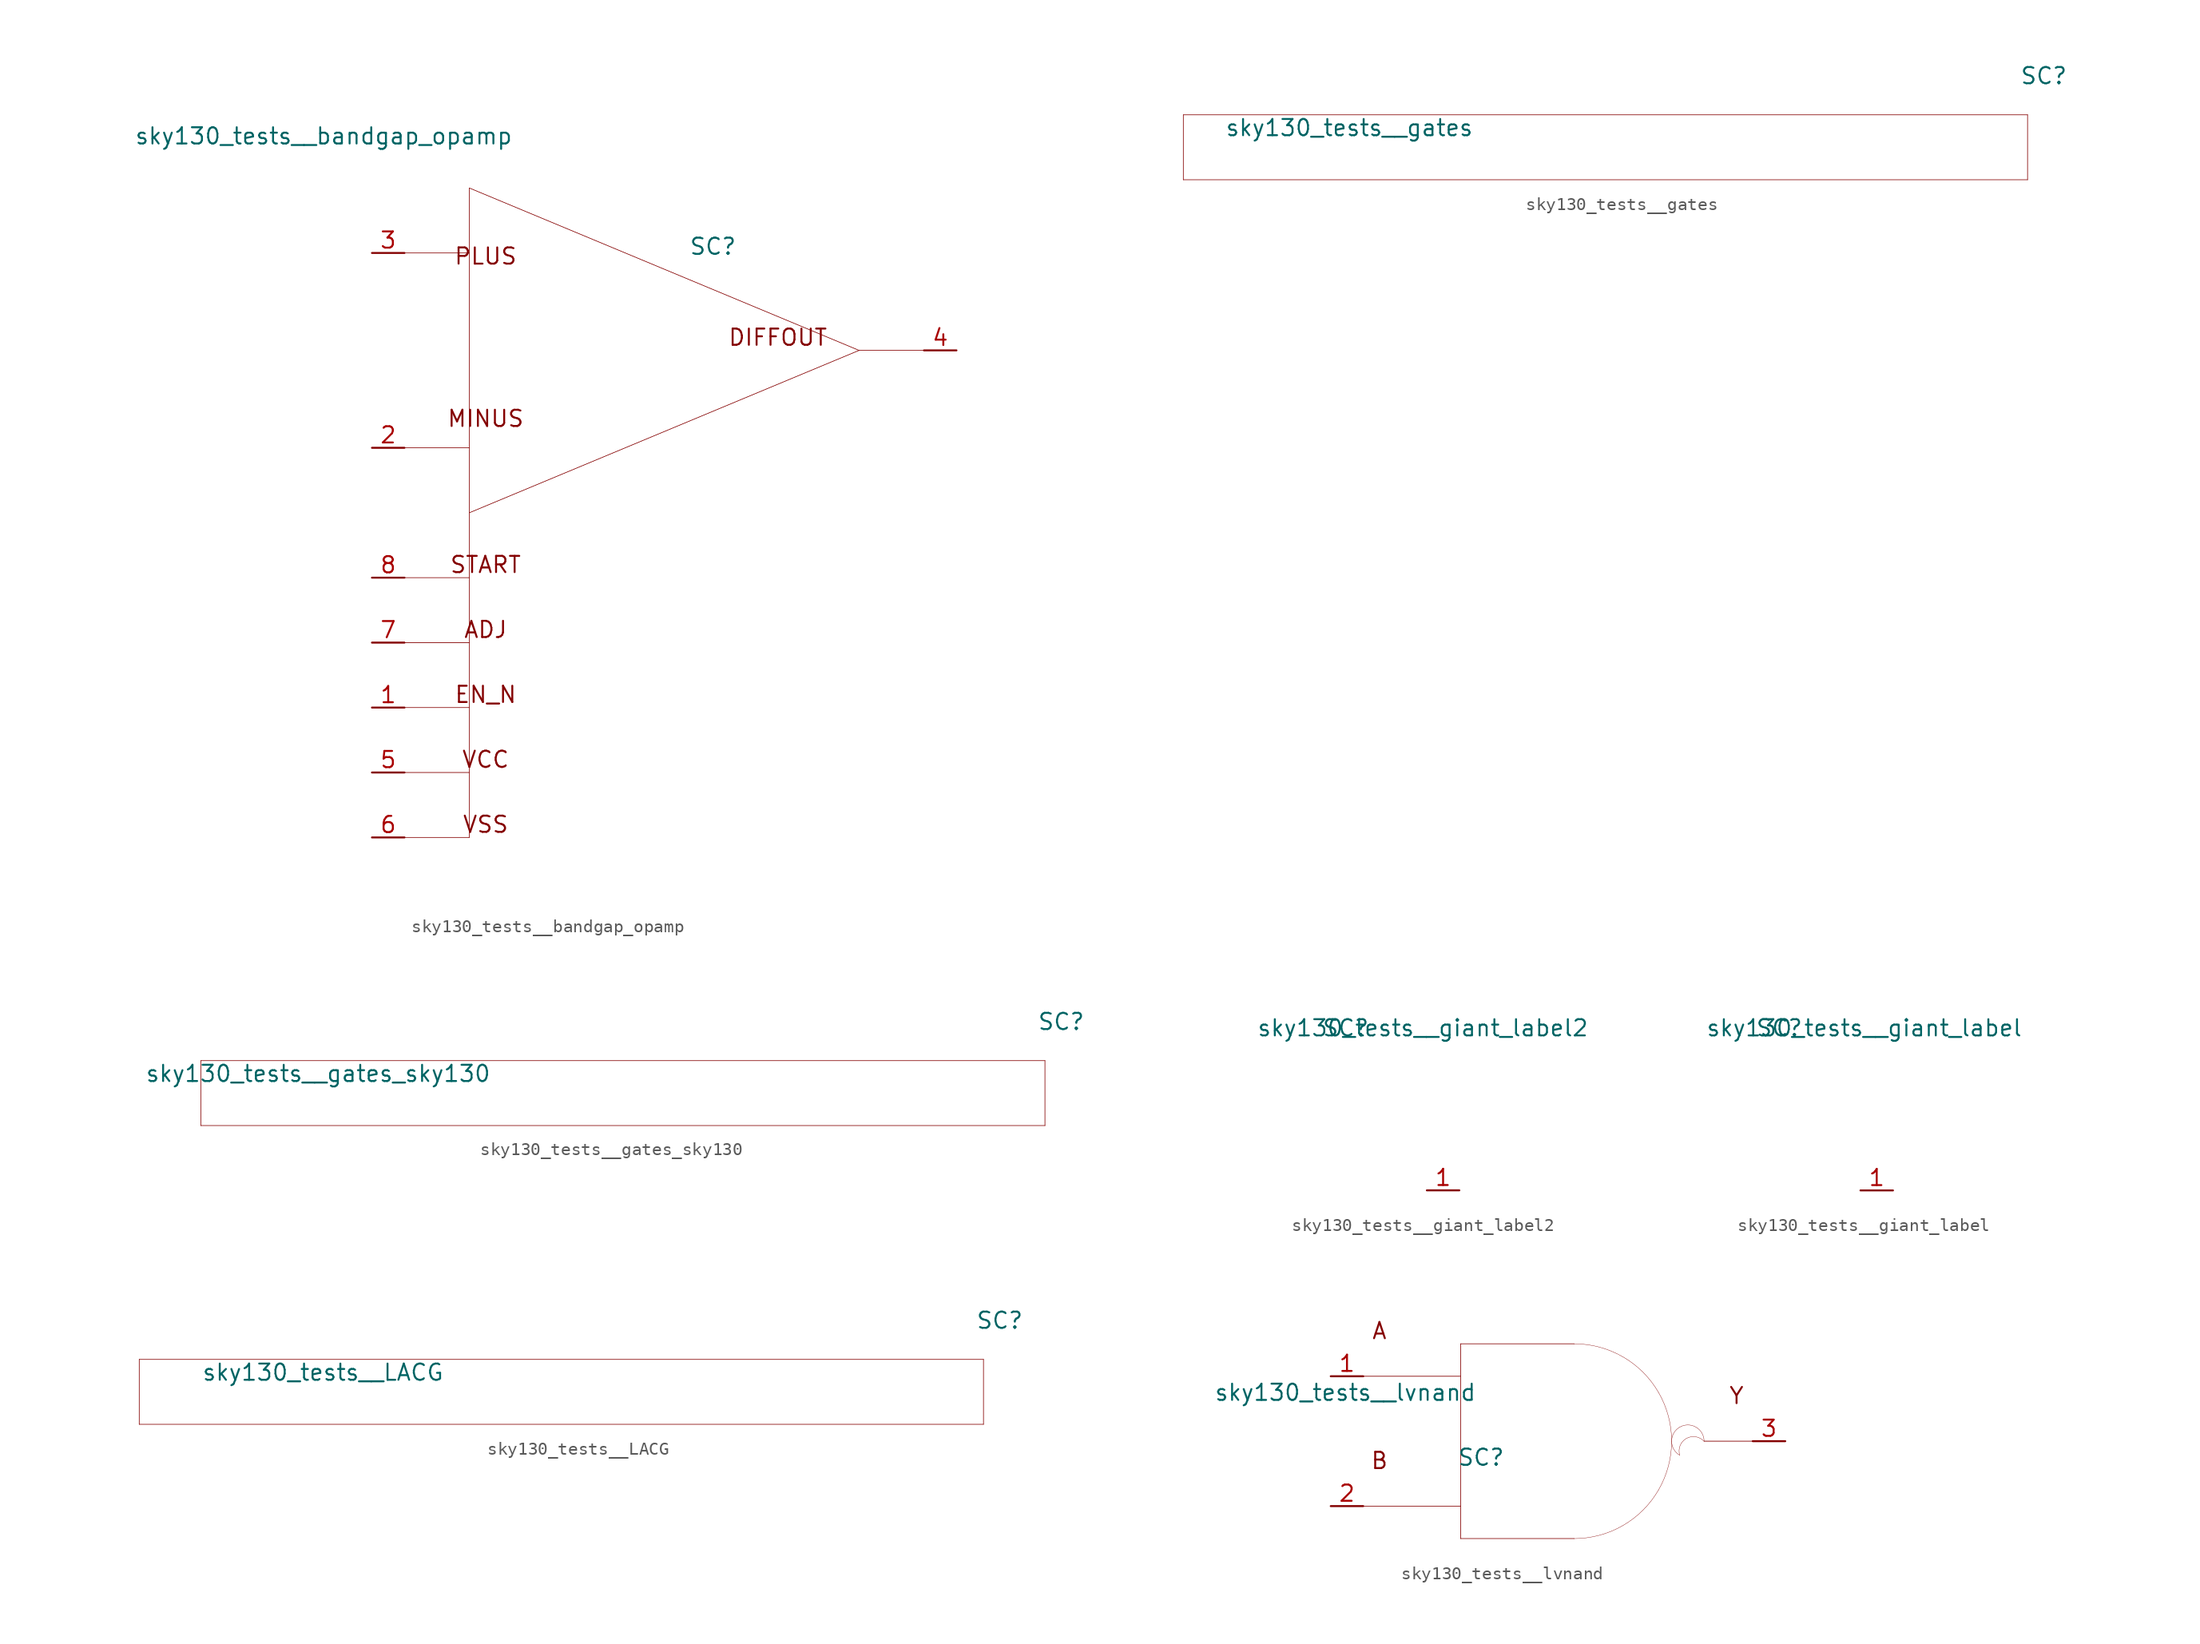
<source format=kicad_sym>
(kicad_symbol_lib
  (version 20211014)
  (generator kicad_symbol_editor)
  (symbol "sky130_tests__bandgap_opamp"
    (pin_names hide)
    (property "Reference" "SC"
      (at 3.81 8.128 0)
      (effects (font (size 1.27 1.27))))
    (property "Value" "sky130_tests__bandgap_opamp"
      (at -11.811 16.764 0)
      (effects (font (size 1.27 1.27)) (justify right)))
    (symbol "sky130_tests__bandgap_opamp_0_0"
      (polyline (pts (xy -20.32 -38.1) (xy -15.24 -38.1)) (stroke (width 0.051) (type default) (color 0 0 0 0)) (fill (type none)))
      (polyline (pts (xy -20.32 -33.02) (xy -15.24 -33.02)) (stroke (width 0.051) (type default) (color 0 0 0 0)) (fill (type none)))
      (polyline (pts (xy -20.32 -27.94) (xy -15.24 -27.94)) (stroke (width 0.051) (type default) (color 0 0 0 0)) (fill (type none)))
      (polyline (pts (xy -20.32 -22.86) (xy -15.24 -22.86)) (stroke (width 0.051) (type default) (color 0 0 0 0)) (fill (type none)))
      (polyline (pts (xy -20.32 -17.78) (xy -15.24 -17.78)) (stroke (width 0.051) (type default) (color 0 0 0 0)) (fill (type none)))
      (polyline (pts (xy -20.32 -7.62) (xy -15.24 -7.62)) (stroke (width 0.051) (type default) (color 0 0 0 0)) (fill (type none)))
      (polyline (pts (xy -20.32 7.62) (xy -15.24 7.62)) (stroke (width 0.051) (type default) (color 0 0 0 0)) (fill (type none)))
      (polyline (pts (xy -15.24 -12.7) (xy 15.24 0)) (stroke (width 0.051) (type default) (color 0 0 0 0)) (fill (type none)))
      (polyline (pts (xy -15.24 12.7) (xy -15.24 -38.1)) (stroke (width 0.051) (type default) (color 0 0 0 0)) (fill (type none)))
      (polyline (pts (xy -15.24 12.7) (xy 15.24 0)) (stroke (width 0.051) (type default) (color 0 0 0 0)) (fill (type none)))
      (polyline (pts (xy 15.24 0) (xy 20.32 0)) (stroke (width 0.051) (type default) (color 0 0 0 0)) (fill (type none)))
      (text "ADJ" (at -13.97 -21.844 0) (effects (font (size 1.27 1.27))))
      (text "DIFFOUT" (at 8.89 1.016 0) (effects (font (size 1.27 1.27))))
      (text "EN_N" (at -13.97 -26.924 0) (effects (font (size 1.27 1.27))))
      (text "MINUS" (at -13.97 -5.334 0) (effects (font (size 1.27 1.27))))
      (text "PLUS" (at -13.97 7.366 0) (effects (font (size 1.27 1.27))))
      (text "START" (at -13.97 -16.764 0) (effects (font (size 1.27 1.27))))
      (text "VCC" (at -13.97 -32.004 0) (effects (font (size 1.27 1.27))))
      (text "VSS" (at -13.97 -37.084 0) (effects (font (size 1.27 1.27)))))
    (symbol "sky130_tests__bandgap_opamp_1_1"
      (pin input line (at -22.86 -27.94 0) (length 2.54) (name "EN_N" (effects (font (size 1.092 1.092)))) (number "1" (effects (font (size 1.27 1.27)))))
      (pin input line (at -22.86 -7.62 0) (length 2.54) (name "MINUS" (effects (font (size 1.092 1.092)))) (number "2" (effects (font (size 1.27 1.27)))))
      (pin input line (at -22.86 7.62 0) (length 2.54) (name "PLUS" (effects (font (size 1.092 1.092)))) (number "3" (effects (font (size 1.27 1.27)))))
      (pin output line (at 22.86 0 180) (length 2.54) (name "DIFFOUT" (effects (font (size 1.092 1.092)))) (number "4" (effects (font (size 1.27 1.27)))))
      (pin input line (at -22.86 -33.02 0) (length 2.54) (name "VCC" (effects (font (size 1.092 1.092)))) (number "5" (effects (font (size 1.27 1.27)))))
      (pin input line (at -22.86 -38.1 0) (length 2.54) (name "VSS" (effects (font (size 1.092 1.092)))) (number "6" (effects (font (size 1.27 1.27)))))
      (pin input line (at -22.86 -22.86 0) (length 2.54) (name "ADJ" (effects (font (size 1.092 1.092)))) (number "7" (effects (font (size 1.27 1.27)))))
      (pin input line (at -22.86 -17.78 0) (length 2.54) (name "START" (effects (font (size 1.092 1.092)))) (number "8" (effects (font (size 1.27 1.27)))))))
  (symbol "sky130_tests__gates"
    (pin_names hide)
    (property "Reference" "SC"
      (at 34.29 5.588 0)
      (effects (font (size 1.27 1.27))))
    (property "Value" "sky130_tests__gates"
      (at -10.287 1.524 0)
      (effects (font (size 1.27 1.27)) (justify right)))
    (symbol "sky130_tests__gates_0_0"
      (polyline (pts (xy -33.02 -2.54) (xy 33.02 -2.54)) (stroke (width 0.051) (type default) (color 0 0 0 0)) (fill (type none)))
      (polyline (pts (xy -33.02 2.54) (xy -33.02 -2.54)) (stroke (width 0.051) (type default) (color 0 0 0 0)) (fill (type none)))
      (polyline (pts (xy -33.02 2.54) (xy 33.02 2.54)) (stroke (width 0.051) (type default) (color 0 0 0 0)) (fill (type none)))
      (polyline (pts (xy 33.02 2.54) (xy 33.02 -2.54)) (stroke (width 0.051) (type default) (color 0 0 0 0)) (fill (type none)))))
  (symbol "sky130_tests__gates_sky130"
    (pin_names hide)
    (property "Reference" "SC"
      (at 34.29 5.588 0)
      (effects (font (size 1.27 1.27))))
    (property "Value" "sky130_tests__gates_sky130"
      (at -10.287 1.524 0)
      (effects (font (size 1.27 1.27)) (justify right)))
    (symbol "sky130_tests__gates_sky130_0_0"
      (polyline (pts (xy -33.02 -2.54) (xy 33.02 -2.54)) (stroke (width 0.051) (type default) (color 0 0 0 0)) (fill (type none)))
      (polyline (pts (xy -33.02 2.54) (xy -33.02 -2.54)) (stroke (width 0.051) (type default) (color 0 0 0 0)) (fill (type none)))
      (polyline (pts (xy -33.02 2.54) (xy 33.02 2.54)) (stroke (width 0.051) (type default) (color 0 0 0 0)) (fill (type none)))
      (polyline (pts (xy 33.02 2.54) (xy 33.02 -2.54)) (stroke (width 0.051) (type default) (color 0 0 0 0)) (fill (type none)))))
  (symbol "sky130_tests__giant_label2"
    (pin_names hide)
    (property "Reference" "SC"
      (at -8.89 12.7 0)
      (effects (font (size 1.27 1.27))))
    (property "Value" "sky130_tests__giant_label2"
      (at 10.16 12.7 0)
      (effects (font (size 1.27 1.27)) (justify right)))
    (symbol "sky130_tests__giant_label2_1_1"
      (pin input line (at -2.54 0 0) (length 2.54) (name "p" (effects (font (size 1.092 1.092)))) (number "1" (effects (font (size 1.27 1.27)))))))
  (symbol "sky130_tests__giant_label"
    (pin_names hide)
    (property "Reference" "SC"
      (at -8.89 12.7 0)
      (effects (font (size 1.27 1.27))))
    (property "Value" "sky130_tests__giant_label"
      (at 10.16 12.7 0)
      (effects (font (size 1.27 1.27)) (justify right)))
    (symbol "sky130_tests__giant_label_1_1"
      (pin input line (at -2.54 0 0) (length 2.54) (name "p" (effects (font (size 1.092 1.092)))) (number "1" (effects (font (size 1.27 1.27)))))))
  (symbol "sky130_tests__LACG"
    (pin_names hide)
    (property "Reference" "SC"
      (at 34.29 5.588 0)
      (effects (font (size 1.27 1.27))))
    (property "Value" "sky130_tests__LACG"
      (at -9.144 1.524 0)
      (effects (font (size 1.27 1.27)) (justify right)))
    (symbol "sky130_tests__LACG_0_0"
      (polyline (pts (xy -33.02 -2.54) (xy 33.02 -2.54)) (stroke (width 0.051) (type default) (color 0 0 0 0)) (fill (type none)))
      (polyline (pts (xy -33.02 2.54) (xy -33.02 -2.54)) (stroke (width 0.051) (type default) (color 0 0 0 0)) (fill (type none)))
      (polyline (pts (xy -33.02 2.54) (xy 33.02 2.54)) (stroke (width 0.051) (type default) (color 0 0 0 0)) (fill (type none)))
      (polyline (pts (xy 33.02 2.54) (xy 33.02 -2.54)) (stroke (width 0.051) (type default) (color 0 0 0 0)) (fill (type none)))))
  (symbol "sky130_tests__lvnand"
    (pin_names hide)
    (property "Reference" "SC"
      (at -3.48 -1.27 0)
      (effects (font (size 1.27 1.27))))
    (property "Value" "sky130_tests__lvnand"
      (at -3.81 3.81 0)
      (effects (font (size 1.27 1.27)) (justify right)))
    (symbol "sky130_tests__lvnand_0_0"
      (polyline (pts (xy -12.7 -5.08) (xy -5.08 -5.08)) (stroke (width 0.051) (type default) (color 0 0 0 0)) (fill (type none)))
      (polyline (pts (xy -12.7 5.08) (xy -5.08 5.08)) (stroke (width 0.051) (type default) (color 0 0 0 0)) (fill (type none)))
      (polyline (pts (xy -5.08 -7.62) (xy 3.81 -7.62)) (stroke (width 0.051) (type default) (color 0 0 0 0)) (fill (type none)))
      (polyline (pts (xy -5.08 7.62) (xy -5.08 -7.62)) (stroke (width 0.051) (type default) (color 0 0 0 0)) (fill (type none)))
      (polyline (pts (xy -5.08 7.62) (xy 3.81 7.62)) (stroke (width 0.051) (type default) (color 0 0 0 0)) (fill (type none)))
      (polyline (pts (xy 13.97 0) (xy 17.78 0)) (stroke (width 0.051) (type default) (color 0 0 0 0)) (fill (type none)))
      (arc (start 3.81 -7.62) (mid 5.7822 -7.3604) (end 7.62 -6.5991) (stroke (width 0.0254) (type default) (color 0 0 0 0)) (fill (type none)))
      (arc (start 7.62 -6.5991) (mid 9.1981 -5.3881) (end 10.4091 -3.81) (stroke (width 0.0254) (type default) (color 0 0 0 0)) (fill (type none)))
      (arc (start 7.62 6.5991) (mid 5.7822 7.3603) (end 3.81 7.62) (stroke (width 0.0254) (type default) (color 0 0 0 0)) (fill (type none)))
      (arc (start 10.4091 -3.81) (mid 11.1703 -1.9722) (end 11.43 0) (stroke (width 0.0254) (type default) (color 0 0 0 0)) (fill (type none)))
      (arc (start 10.4091 3.81) (mid 9.1981 5.3881) (end 7.62 6.5991) (stroke (width 0.0254) (type default) (color 0 0 0 0)) (fill (type none)))
      (arc (start 11.43 0) (mid 11.1704 1.9722) (end 10.4091 3.81) (stroke (width 0.0254) (type default) (color 0 0 0 0)) (fill (type none)))
      (arc (start 12.065 1.0999) (mid 11.43 0) (end 12.065 -1.0999) (stroke (width 0.0254) (type default) (color 0 0 0 0)) (fill (type none)))
      (arc (start 13.97 0) (mid 12.1131 0.4743) (end 12.065 -1.0999) (stroke (width 0.0254) (type default) (color 0 0 0 0)) (fill (type none)))
      (arc (start 13.97 0) (mid 13.335 1.0998) (end 12.065 1.0999) (stroke (width 0.0254) (type default) (color 0 0 0 0)) (fill (type none)))
      (text "A" (at -11.43 8.636 0) (effects (font (size 1.27 1.27))))
      (text "B" (at -11.43 -1.524 0) (effects (font (size 1.27 1.27))))
      (text "Y" (at 16.51 3.556 0) (effects (font (size 1.27 1.27)))))
    (symbol "sky130_tests__lvnand_1_1"
      (pin input line (at -15.24 5.08 0) (length 2.54) (name "A" (effects (font (size 1.092 1.092)))) (number "1" (effects (font (size 1.27 1.27)))))
      (pin input line (at -15.24 -5.08 0) (length 2.54) (name "B" (effects (font (size 1.092 1.092)))) (number "2" (effects (font (size 1.27 1.27)))))
      (pin output line (at 20.32 0 180) (length 2.54) (name "Y" (effects (font (size 1.092 1.092)))) (number "3" (effects (font (size 1.27 1.27))))))))
</source>
